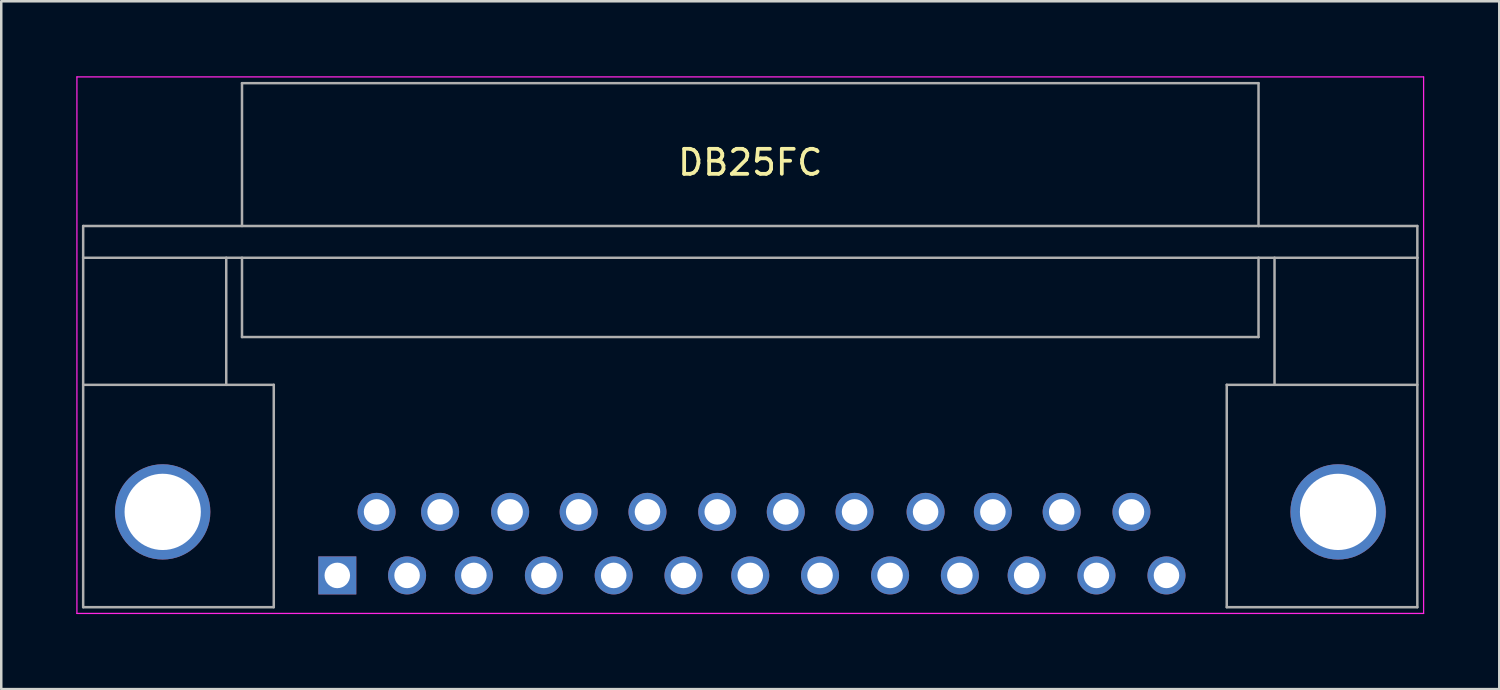
<source format=kicad_pcb>
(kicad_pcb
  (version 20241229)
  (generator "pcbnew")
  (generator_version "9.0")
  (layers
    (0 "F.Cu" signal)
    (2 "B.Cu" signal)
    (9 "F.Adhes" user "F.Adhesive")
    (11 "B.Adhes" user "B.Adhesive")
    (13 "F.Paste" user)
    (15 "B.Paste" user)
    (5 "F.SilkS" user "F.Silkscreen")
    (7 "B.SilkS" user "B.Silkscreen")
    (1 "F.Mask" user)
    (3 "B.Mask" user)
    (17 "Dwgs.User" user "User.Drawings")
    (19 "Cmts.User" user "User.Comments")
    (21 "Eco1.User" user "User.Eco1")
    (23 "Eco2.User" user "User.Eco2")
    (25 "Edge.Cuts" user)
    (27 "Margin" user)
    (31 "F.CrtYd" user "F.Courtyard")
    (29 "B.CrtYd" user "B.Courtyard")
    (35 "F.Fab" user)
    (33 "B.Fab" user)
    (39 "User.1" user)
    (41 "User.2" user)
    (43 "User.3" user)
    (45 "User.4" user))
  (footprint "DB25FC"
    (layer "F.Cu")
    (at 10.435 19.955)
    (property "Reference" "DB25FC" (at 16.51 -16.51 0) (layer "F.SilkS") (effects (font (size 1 1) (thickness 0.15))))
    (attr through_hole)
    (fp_line (start -10.41 -19.93) (end -10.41 1.52) (stroke (width 0.05) (type solid)) (layer "F.CrtYd"))
    (fp_line (start -10.41 -19.93) (end 43.43 -19.93) (stroke (width 0.05) (type solid)) (layer "F.CrtYd"))
    (fp_line (start 43.43 1.52) (end -10.41 1.52) (stroke (width 0.05) (type solid)) (layer "F.CrtYd"))
    (fp_line (start 43.43 1.52) (end 43.43 -19.93) (stroke (width 0.05) (type solid)) (layer "F.CrtYd"))
    (fp_line (start -10.16 -13.97) (end -10.16 -12.7) (stroke (width 0.1) (type solid)) (layer "F.Fab"))
    (fp_line (start -10.16 -12.7) (end 43.18 -12.7) (stroke (width 0.1) (type solid)) (layer "F.Fab"))
    (fp_line (start -10.16 -7.62) (end -2.54 -7.62) (stroke (width 0.1) (type solid)) (layer "F.Fab"))
    (fp_line (start -10.16 1.27) (end -10.16 -12.7) (stroke (width 0.1) (type solid)) (layer "F.Fab"))
    (fp_line (start -10.16 1.27) (end -2.54 1.27) (stroke (width 0.1) (type solid)) (layer "F.Fab"))
    (fp_line (start -4.44 -12.7) (end -4.44 -7.62) (stroke (width 0.1) (type solid)) (layer "F.Fab"))
    (fp_line (start -3.81 -19.68) (end -3.81 -13.97) (stroke (width 0.1) (type solid)) (layer "F.Fab"))
    (fp_line (start -3.81 -19.68) (end 36.83 -19.68) (stroke (width 0.1) (type solid)) (layer "F.Fab"))
    (fp_line (start -3.81 -9.53) (end -3.81 -12.7) (stroke (width 0.1) (type solid)) (layer "F.Fab"))
    (fp_line (start -3.81 -9.53) (end 36.83 -9.53) (stroke (width 0.1) (type solid)) (layer "F.Fab"))
    (fp_line (start -2.54 -7.62) (end -2.54 1.27) (stroke (width 0.1) (type solid)) (layer "F.Fab"))
    (fp_line (start 35.56 -7.62) (end 35.56 1.27) (stroke (width 0.1) (type solid)) (layer "F.Fab"))
    (fp_line (start 35.56 1.27) (end 43.18 1.27) (stroke (width 0.1) (type solid)) (layer "F.Fab"))
    (fp_line (start 36.83 -19.68) (end 36.83 -13.97) (stroke (width 0.1) (type solid)) (layer "F.Fab"))
    (fp_line (start 36.83 -9.53) (end 36.83 -12.7) (stroke (width 0.1) (type solid)) (layer "F.Fab"))
    (fp_line (start 37.47 -12.7) (end 37.47 -7.62) (stroke (width 0.1) (type solid)) (layer "F.Fab"))
    (fp_line (start 43.18 -13.97) (end -10.16 -13.97) (stroke (width 0.1) (type solid)) (layer "F.Fab"))
    (fp_line (start 43.18 -12.7) (end 43.18 -13.97) (stroke (width 0.1) (type solid)) (layer "F.Fab"))
    (fp_line (start 43.18 -12.7) (end 43.18 1.27) (stroke (width 0.1) (type solid)) (layer "F.Fab"))
    (fp_line (start 43.18 -7.62) (end 35.56 -7.62) (stroke (width 0.1) (type solid)) (layer "F.Fab"))
    (pad "0" thru_hole circle (at -6.98 -2.54) (size 3.81 3.81) (drill 3.05) (layers "*.Cu" "*.Mask"))
    (pad "0" thru_hole circle (at 40.01 -2.54) (size 3.81 3.81) (drill 3.05) (layers "*.Cu" "*.Mask"))
    (pad "1" thru_hole rect (at 0 0) (size 1.52 1.52) (drill 1.02) (layers "*.Cu" "*.Mask"))
    (pad "2" thru_hole circle (at 2.79 0) (size 1.52 1.52) (drill 1.02) (layers "*.Cu" "*.Mask"))
    (pad "3" thru_hole circle (at 5.46 0) (size 1.52 1.52) (drill 1.02) (layers "*.Cu" "*.Mask"))
    (pad "4" thru_hole circle (at 8.26 0) (size 1.52 1.52) (drill 1.02) (layers "*.Cu" "*.Mask"))
    (pad "5" thru_hole circle (at 11.05 0) (size 1.52 1.52) (drill 1.02) (layers "*.Cu" "*.Mask"))
    (pad "6" thru_hole circle (at 13.84 0) (size 1.52 1.52) (drill 1.02) (layers "*.Cu" "*.Mask"))
    (pad "7" thru_hole circle (at 16.51 0) (size 1.52 1.52) (drill 1.02) (layers "*.Cu" "*.Mask"))
    (pad "8" thru_hole circle (at 19.3 0) (size 1.52 1.52) (drill 1.02) (layers "*.Cu" "*.Mask"))
    (pad "9" thru_hole circle (at 22.1 0) (size 1.52 1.52) (drill 1.02) (layers "*.Cu" "*.Mask"))
    (pad "10" thru_hole circle (at 24.89 0) (size 1.52 1.52) (drill 1.02) (layers "*.Cu" "*.Mask"))
    (pad "11" thru_hole circle (at 27.56 0) (size 1.52 1.52) (drill 1.02) (layers "*.Cu" "*.Mask"))
    (pad "12" thru_hole circle (at 30.35 0) (size 1.52 1.52) (drill 1.02) (layers "*.Cu" "*.Mask"))
    (pad "13" thru_hole circle (at 33.15 0) (size 1.52 1.52) (drill 1.02) (layers "*.Cu" "*.Mask"))
    (pad "14" thru_hole circle (at 1.57 -2.54) (size 1.52 1.52) (drill 1.02) (layers "*.Cu" "*.Mask"))
    (pad "15" thru_hole circle (at 4.11 -2.54) (size 1.52 1.52) (drill 1.02) (layers "*.Cu" "*.Mask"))
    (pad "16" thru_hole circle (at 6.91 -2.54) (size 1.52 1.52) (drill 1.02) (layers "*.Cu" "*.Mask"))
    (pad "17" thru_hole circle (at 9.65 -2.54) (size 1.52 1.52) (drill 1.02) (layers "*.Cu" "*.Mask"))
    (pad "18" thru_hole circle (at 12.4 -2.54) (size 1.52 1.52) (drill 1.02) (layers "*.Cu" "*.Mask"))
    (pad "19" thru_hole circle (at 15.19 -2.54) (size 1.52 1.52) (drill 1.02) (layers "*.Cu" "*.Mask"))
    (pad "20" thru_hole circle (at 17.93 -2.54) (size 1.52 1.52) (drill 1.02) (layers "*.Cu" "*.Mask"))
    (pad "21" thru_hole circle (at 20.68 -2.54) (size 1.52 1.52) (drill 1.02) (layers "*.Cu" "*.Mask"))
    (pad "22" thru_hole circle (at 23.52 -2.54) (size 1.52 1.52) (drill 1.02) (layers "*.Cu" "*.Mask"))
    (pad "23" thru_hole circle (at 26.21 -2.54) (size 1.52 1.52) (drill 1.02) (layers "*.Cu" "*.Mask"))
    (pad "24" thru_hole circle (at 28.96 -2.54) (size 1.52 1.52) (drill 1.02) (layers "*.Cu" "*.Mask"))
    (pad "25" thru_hole circle (at 31.75 -2.54) (size 1.52 1.52) (drill 1.02) (layers "*.Cu" "*.Mask")))
  (gr_rect
    (start -3 -3)
    (end 56.89 24.5)
    (stroke (width 0.1) (type default))
    (fill no)
    (layer "Edge.Cuts")))
</source>
